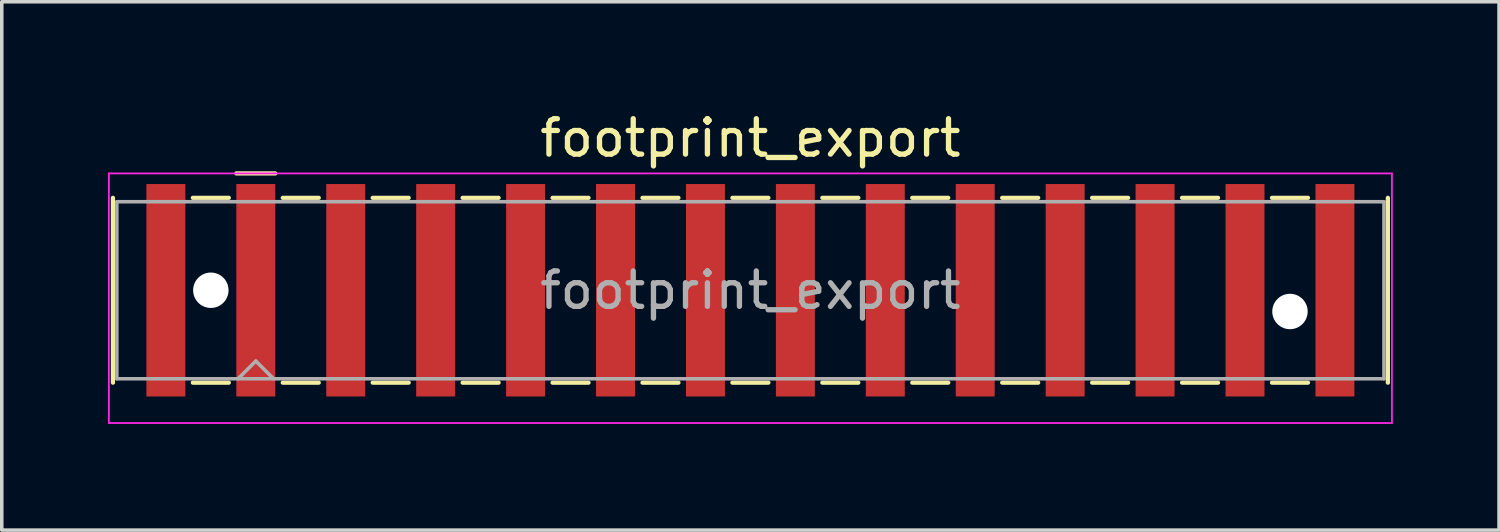
<source format=kicad_pcb>
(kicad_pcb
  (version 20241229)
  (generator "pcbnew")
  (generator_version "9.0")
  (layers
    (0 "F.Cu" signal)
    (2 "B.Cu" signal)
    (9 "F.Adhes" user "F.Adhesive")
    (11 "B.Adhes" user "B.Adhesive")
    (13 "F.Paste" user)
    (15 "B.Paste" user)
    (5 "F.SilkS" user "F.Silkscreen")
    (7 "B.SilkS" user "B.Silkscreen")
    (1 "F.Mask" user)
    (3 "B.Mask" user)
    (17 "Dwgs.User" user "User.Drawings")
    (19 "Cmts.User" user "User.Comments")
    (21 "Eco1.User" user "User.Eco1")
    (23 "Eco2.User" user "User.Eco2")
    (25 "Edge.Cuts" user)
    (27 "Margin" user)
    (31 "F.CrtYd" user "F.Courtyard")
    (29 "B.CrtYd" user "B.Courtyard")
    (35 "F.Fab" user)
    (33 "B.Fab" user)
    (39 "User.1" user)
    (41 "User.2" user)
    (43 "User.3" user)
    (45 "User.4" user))
  (footprint "footprint_export"
    (layer "F.Cu")
    (at 18.145 5.148)
    (property "Reference" "footprint_export" (at 0 -4.3 0) (layer "F.SilkS") (effects (font (size 1 1) (thickness 0.15))))
    (attr smd)
    (fp_line (start -18.005 -2.61) (end -18.005 2.61) (stroke (width 0.12) (type solid)) (layer "F.SilkS"))
    (fp_line (start -15.748 -2.61) (end -14.732 -2.61) (stroke (width 0.12) (type solid)) (layer "F.SilkS"))
    (fp_line (start -15.748 2.61) (end -14.732 2.61) (stroke (width 0.12) (type solid)) (layer "F.SilkS"))
    (fp_line (start -14.52 -3.3) (end -13.42 -3.3) (stroke (width 0.12) (type solid)) (layer "F.SilkS"))
    (fp_line (start -13.208 -2.61) (end -12.192 -2.61) (stroke (width 0.12) (type solid)) (layer "F.SilkS"))
    (fp_line (start -13.208 2.61) (end -12.192 2.61) (stroke (width 0.12) (type solid)) (layer "F.SilkS"))
    (fp_line (start -10.668 -2.61) (end -9.652 -2.61) (stroke (width 0.12) (type solid)) (layer "F.SilkS"))
    (fp_line (start -10.668 2.61) (end -9.652 2.61) (stroke (width 0.12) (type solid)) (layer "F.SilkS"))
    (fp_line (start -8.128 -2.61) (end -7.112 -2.61) (stroke (width 0.12) (type solid)) (layer "F.SilkS"))
    (fp_line (start -8.128 2.61) (end -7.112 2.61) (stroke (width 0.12) (type solid)) (layer "F.SilkS"))
    (fp_line (start -5.588 -2.61) (end -4.572 -2.61) (stroke (width 0.12) (type solid)) (layer "F.SilkS"))
    (fp_line (start -5.588 2.61) (end -4.572 2.61) (stroke (width 0.12) (type solid)) (layer "F.SilkS"))
    (fp_line (start -3.048 -2.61) (end -2.032 -2.61) (stroke (width 0.12) (type solid)) (layer "F.SilkS"))
    (fp_line (start -3.048 2.61) (end -2.032 2.61) (stroke (width 0.12) (type solid)) (layer "F.SilkS"))
    (fp_line (start -0.508 -2.61) (end 0.508 -2.61) (stroke (width 0.12) (type solid)) (layer "F.SilkS"))
    (fp_line (start -0.508 2.61) (end 0.508 2.61) (stroke (width 0.12) (type solid)) (layer "F.SilkS"))
    (fp_line (start 2.032 -2.61) (end 3.048 -2.61) (stroke (width 0.12) (type solid)) (layer "F.SilkS"))
    (fp_line (start 2.032 2.61) (end 3.048 2.61) (stroke (width 0.12) (type solid)) (layer "F.SilkS"))
    (fp_line (start 4.572 -2.61) (end 5.588 -2.61) (stroke (width 0.12) (type solid)) (layer "F.SilkS"))
    (fp_line (start 4.572 2.61) (end 5.588 2.61) (stroke (width 0.12) (type solid)) (layer "F.SilkS"))
    (fp_line (start 7.112 -2.61) (end 8.128 -2.61) (stroke (width 0.12) (type solid)) (layer "F.SilkS"))
    (fp_line (start 7.112 2.61) (end 8.128 2.61) (stroke (width 0.12) (type solid)) (layer "F.SilkS"))
    (fp_line (start 9.652 -2.61) (end 10.668 -2.61) (stroke (width 0.12) (type solid)) (layer "F.SilkS"))
    (fp_line (start 9.652 2.61) (end 10.668 2.61) (stroke (width 0.12) (type solid)) (layer "F.SilkS"))
    (fp_line (start 12.192 -2.61) (end 13.208 -2.61) (stroke (width 0.12) (type solid)) (layer "F.SilkS"))
    (fp_line (start 12.192 2.61) (end 13.208 2.61) (stroke (width 0.12) (type solid)) (layer "F.SilkS"))
    (fp_line (start 14.732 -2.61) (end 15.748 -2.61) (stroke (width 0.12) (type solid)) (layer "F.SilkS"))
    (fp_line (start 14.732 2.61) (end 15.748 2.61) (stroke (width 0.12) (type solid)) (layer "F.SilkS"))
    (fp_line (start 18.005 -2.61) (end 18.005 2.61) (stroke (width 0.12) (type solid)) (layer "F.SilkS"))
    (fp_line (start -18.12 -3.3) (end -18.12 3.75) (stroke (width 0.05) (type solid)) (layer "F.CrtYd"))
    (fp_line (start -18.12 3.75) (end 18.12 3.75) (stroke (width 0.05) (type solid)) (layer "F.CrtYd"))
    (fp_line (start 18.12 -3.3) (end -18.12 -3.3) (stroke (width 0.05) (type solid)) (layer "F.CrtYd"))
    (fp_line (start 18.12 3.75) (end 18.12 -3.3) (stroke (width 0.05) (type solid)) (layer "F.CrtYd"))
    (fp_line (start -17.895 -2.5) (end -17.895 2.5) (stroke (width 0.1) (type solid)) (layer "F.Fab"))
    (fp_line (start -17.895 2.5) (end 17.895 2.5) (stroke (width 0.1) (type solid)) (layer "F.Fab"))
    (fp_line (start -14.47 2.5) (end -13.97 2) (stroke (width 0.1) (type solid)) (layer "F.Fab"))
    (fp_line (start -13.97 2) (end -13.47 2.5) (stroke (width 0.1) (type solid)) (layer "F.Fab"))
    (fp_line (start 17.895 -2.5) (end -17.895 -2.5) (stroke (width 0.1) (type solid)) (layer "F.Fab"))
    (fp_line (start 17.895 2.5) (end 17.895 -2.5) (stroke (width 0.1) (type solid)) (layer "F.Fab"))
    (fp_text user "${REFERENCE}" (at 0 0 0) (layer "F.Fab") (effects (font (size 1 1) (thickness 0.15))))
    (pad "" np_thru_hole circle (at -15.24 0) (size 1 1) (drill 1) (layers "*.Cu" "*.Mask"))
    (pad "" np_thru_hole circle (at 15.24 0.6) (size 1 1) (drill 1) (layers "*.Cu" "*.Mask"))
    (pad "1" smd rect (at -13.97 0) (size 1.1 6) (layers "F.Cu" "F.Mask" "F.Paste"))
    (pad "2" smd rect (at -11.43 0) (size 1.1 6) (layers "F.Cu" "F.Mask" "F.Paste"))
    (pad "3" smd rect (at -8.89 0) (size 1.1 6) (layers "F.Cu" "F.Mask" "F.Paste"))
    (pad "4" smd rect (at -6.35 0) (size 1.1 6) (layers "F.Cu" "F.Mask" "F.Paste"))
    (pad "5" smd rect (at -3.81 0) (size 1.1 6) (layers "F.Cu" "F.Mask" "F.Paste"))
    (pad "6" smd rect (at -1.27 0) (size 1.1 6) (layers "F.Cu" "F.Mask" "F.Paste"))
    (pad "7" smd rect (at 1.27 0) (size 1.1 6) (layers "F.Cu" "F.Mask" "F.Paste"))
    (pad "8" smd rect (at 3.81 0) (size 1.1 6) (layers "F.Cu" "F.Mask" "F.Paste"))
    (pad "9" smd rect (at 6.35 0) (size 1.1 6) (layers "F.Cu" "F.Mask" "F.Paste"))
    (pad "10" smd rect (at 8.89 0) (size 1.1 6) (layers "F.Cu" "F.Mask" "F.Paste"))
    (pad "11" smd rect (at 11.43 0) (size 1.1 6) (layers "F.Cu" "F.Mask" "F.Paste"))
    (pad "12" smd rect (at 13.97 0) (size 1.1 6) (layers "F.Cu" "F.Mask" "F.Paste"))
    (pad "MP" smd rect (at -16.51 0) (size 1.1 6) (layers "F.Cu" "F.Mask" "F.Paste"))
    (pad "MP" smd rect (at 16.51 0) (size 1.1 6) (layers "F.Cu" "F.Mask" "F.Paste")))
  (gr_rect
    (start -3 -3)
    (end 39.29 11.923)
    (stroke (width 0.1) (type default))
    (fill no)
    (layer "Edge.Cuts")))
</source>
